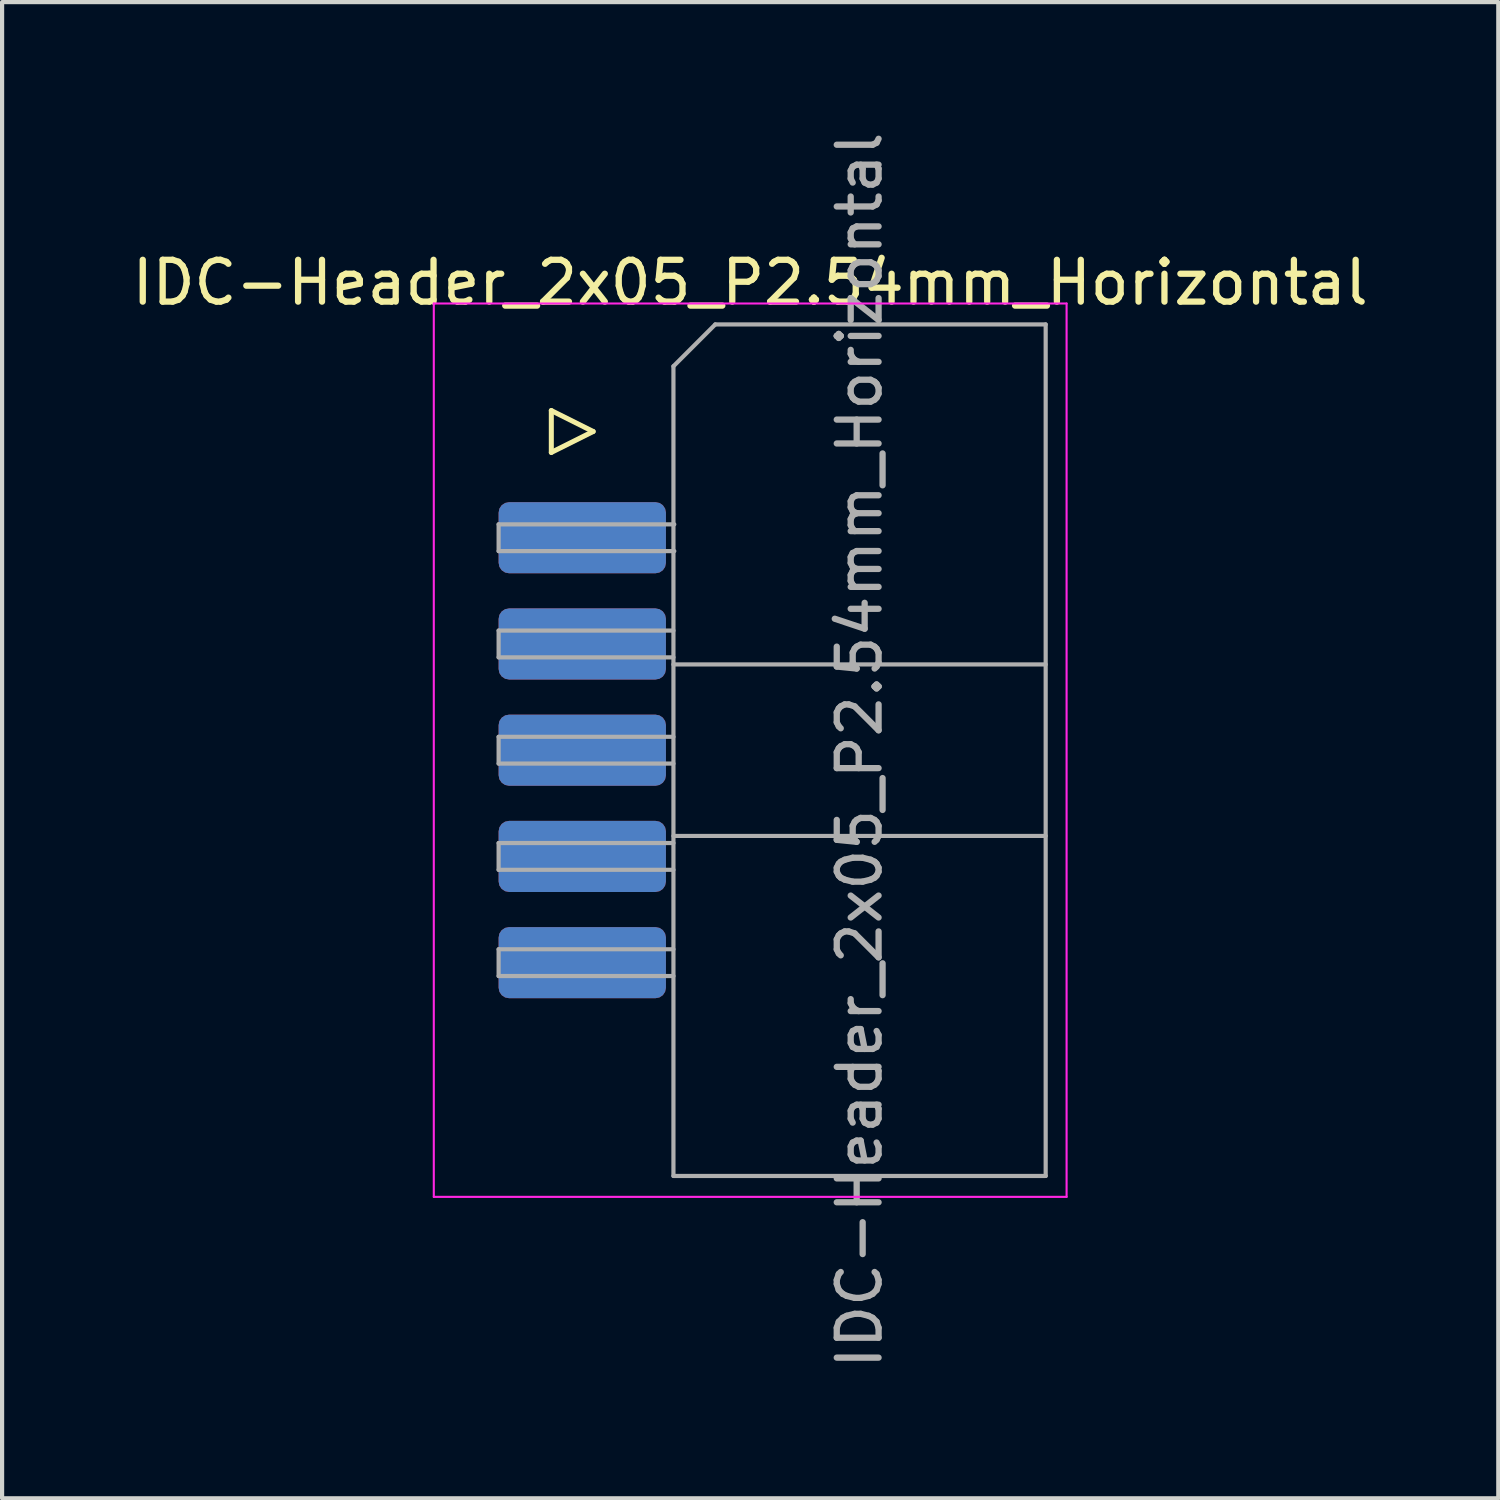
<source format=kicad_pcb>
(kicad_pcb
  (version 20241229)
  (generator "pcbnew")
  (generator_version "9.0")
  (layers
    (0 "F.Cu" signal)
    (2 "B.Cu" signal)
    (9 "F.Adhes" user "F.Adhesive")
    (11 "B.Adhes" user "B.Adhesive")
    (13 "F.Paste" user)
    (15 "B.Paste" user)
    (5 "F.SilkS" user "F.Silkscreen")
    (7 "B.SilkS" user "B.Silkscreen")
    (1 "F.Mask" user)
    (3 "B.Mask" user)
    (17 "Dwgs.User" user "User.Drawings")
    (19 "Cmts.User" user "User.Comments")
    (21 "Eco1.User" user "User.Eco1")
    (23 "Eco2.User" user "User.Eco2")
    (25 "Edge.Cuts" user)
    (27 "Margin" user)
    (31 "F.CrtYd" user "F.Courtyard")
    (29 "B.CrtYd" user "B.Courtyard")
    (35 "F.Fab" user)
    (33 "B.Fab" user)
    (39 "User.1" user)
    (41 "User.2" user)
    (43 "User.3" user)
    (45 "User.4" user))
  (footprint "IDC-Header_2x05_P2.54mm_Horizontal"
    (layer "F.Cu")
    (at 8.672 9.807)
    (property "Reference" "IDC-Header_2x05_P2.54mm_Horizontal" (at 6.215 -6.1 0) (layer "F.SilkS") (effects (font (size 1 1) (thickness 0.15))))
    (attr through_hole)
    (fp_line (start 1.46 -3.04) (end 1.46 -2.04) (stroke (width 0.12) (type solid)) (layer "F.SilkS"))
    (fp_line (start 1.46 -2.04) (end 2.46 -2.54) (stroke (width 0.12) (type solid)) (layer "F.SilkS"))
    (fp_line (start 2.46 -2.54) (end 1.46 -3.04) (stroke (width 0.12) (type solid)) (layer "F.SilkS"))
    (fp_line (start -1.35 -5.6) (end -1.35 15.76) (stroke (width 0.05) (type solid)) (layer "F.CrtYd"))
    (fp_line (start -1.35 15.76) (end 13.78 15.76) (stroke (width 0.05) (type solid)) (layer "F.CrtYd"))
    (fp_line (start 13.78 -5.6) (end -1.35 -5.6) (stroke (width 0.05) (type solid)) (layer "F.CrtYd"))
    (fp_line (start 13.78 15.76) (end 13.78 -5.6) (stroke (width 0.05) (type solid)) (layer "F.CrtYd"))
    (fp_line (start 0.2 -0.32) (end 0.2 0.32) (stroke (width 0.1) (type solid)) (layer "F.Fab"))
    (fp_line (start 0.2 0.32) (end 4.4 0.32) (stroke (width 0.1) (type solid)) (layer "F.Fab"))
    (fp_line (start 0.2 2.22) (end 0.2 2.86) (stroke (width 0.1) (type solid)) (layer "F.Fab"))
    (fp_line (start 0.2 2.86) (end 4.38 2.86) (stroke (width 0.1) (type solid)) (layer "F.Fab"))
    (fp_line (start 0.2 4.76) (end 0.2 5.4) (stroke (width 0.1) (type solid)) (layer "F.Fab"))
    (fp_line (start 0.2 5.4) (end 4.38 5.4) (stroke (width 0.1) (type solid)) (layer "F.Fab"))
    (fp_line (start 0.2 7.3) (end 0.2 7.94) (stroke (width 0.1) (type solid)) (layer "F.Fab"))
    (fp_line (start 0.2 7.94) (end 4.38 7.94) (stroke (width 0.1) (type solid)) (layer "F.Fab"))
    (fp_line (start 0.2 9.84) (end 0.2 10.48) (stroke (width 0.1) (type solid)) (layer "F.Fab"))
    (fp_line (start 0.2 10.48) (end 4.38 10.48) (stroke (width 0.1) (type solid)) (layer "F.Fab"))
    (fp_line (start 4.38 -4.1) (end 5.38 -5.1) (stroke (width 0.1) (type solid)) (layer "F.Fab"))
    (fp_line (start 4.38 2.22) (end 0.2 2.22) (stroke (width 0.1) (type solid)) (layer "F.Fab"))
    (fp_line (start 4.38 3.03) (end 13.28 3.03) (stroke (width 0.1) (type solid)) (layer "F.Fab"))
    (fp_line (start 4.38 4.76) (end 0.2 4.76) (stroke (width 0.1) (type solid)) (layer "F.Fab"))
    (fp_line (start 4.38 7.13) (end 13.28 7.13) (stroke (width 0.1) (type solid)) (layer "F.Fab"))
    (fp_line (start 4.38 7.3) (end 0.2 7.3) (stroke (width 0.1) (type solid)) (layer "F.Fab"))
    (fp_line (start 4.38 9.84) (end 0.2 9.84) (stroke (width 0.1) (type solid)) (layer "F.Fab"))
    (fp_line (start 4.38 15.26) (end 4.38 -4.1) (stroke (width 0.1) (type solid)) (layer "F.Fab"))
    (fp_line (start 4.4 -0.32) (end 0.2 -0.32) (stroke (width 0.1) (type solid)) (layer "F.Fab"))
    (fp_line (start 5.38 -5.1) (end 13.28 -5.1) (stroke (width 0.1) (type solid)) (layer "F.Fab"))
    (fp_line (start 13.28 -5.1) (end 13.28 15.26) (stroke (width 0.1) (type solid)) (layer "F.Fab"))
    (fp_line (start 13.28 15.26) (end 4.38 15.26) (stroke (width 0.1) (type solid)) (layer "F.Fab"))
    (fp_text user "${REFERENCE}" (at 8.83 5.08 90) (layer "F.Fab") (effects (font (size 1 1) (thickness 0.15))))
    (pad "1" smd roundrect (at 2.2 0) (size 4 1.7) (layers "F.Cu" "F.Mask" "F.Paste") (roundrect_rratio 0.147))
    (pad "2" smd roundrect (at 2.2 0) (size 4 1.7) (layers "F.Mask" "B.Cu" "F.Paste") (roundrect_rratio 0.147))
    (pad "3" smd roundrect (at 2.2 2.54) (size 4 1.7) (layers "F.Cu" "F.Mask" "F.Paste") (roundrect_rratio 0.147))
    (pad "4" smd roundrect (at 2.2 2.54) (size 4 1.7) (layers "F.Mask" "B.Cu" "F.Paste") (roundrect_rratio 0.147))
    (pad "5" smd roundrect (at 2.2 5.08) (size 4 1.7) (layers "F.Cu" "F.Mask" "F.Paste") (roundrect_rratio 0.147))
    (pad "6" smd roundrect (at 2.2 5.08) (size 4 1.7) (layers "F.Mask" "B.Cu" "F.Paste") (roundrect_rratio 0.147))
    (pad "7" smd roundrect (at 2.2 7.62) (size 4 1.7) (layers "F.Cu" "F.Mask" "F.Paste") (roundrect_rratio 0.147))
    (pad "8" smd roundrect (at 2.2 7.62) (size 4 1.7) (layers "F.Mask" "B.Cu" "F.Paste") (roundrect_rratio 0.147))
    (pad "9" smd roundrect (at 2.2 10.16) (size 4 1.7) (layers "F.Cu" "F.Mask" "F.Paste") (roundrect_rratio 0.147))
    (pad "10" smd roundrect (at 2.2 10.16) (size 4 1.7) (layers "F.Mask" "B.Cu" "F.Paste") (roundrect_rratio 0.147)))
  (gr_rect
    (start -3 -3)
    (end 32.774 32.774)
    (stroke (width 0.1) (type default))
    (fill no)
    (layer "Edge.Cuts")))
</source>
